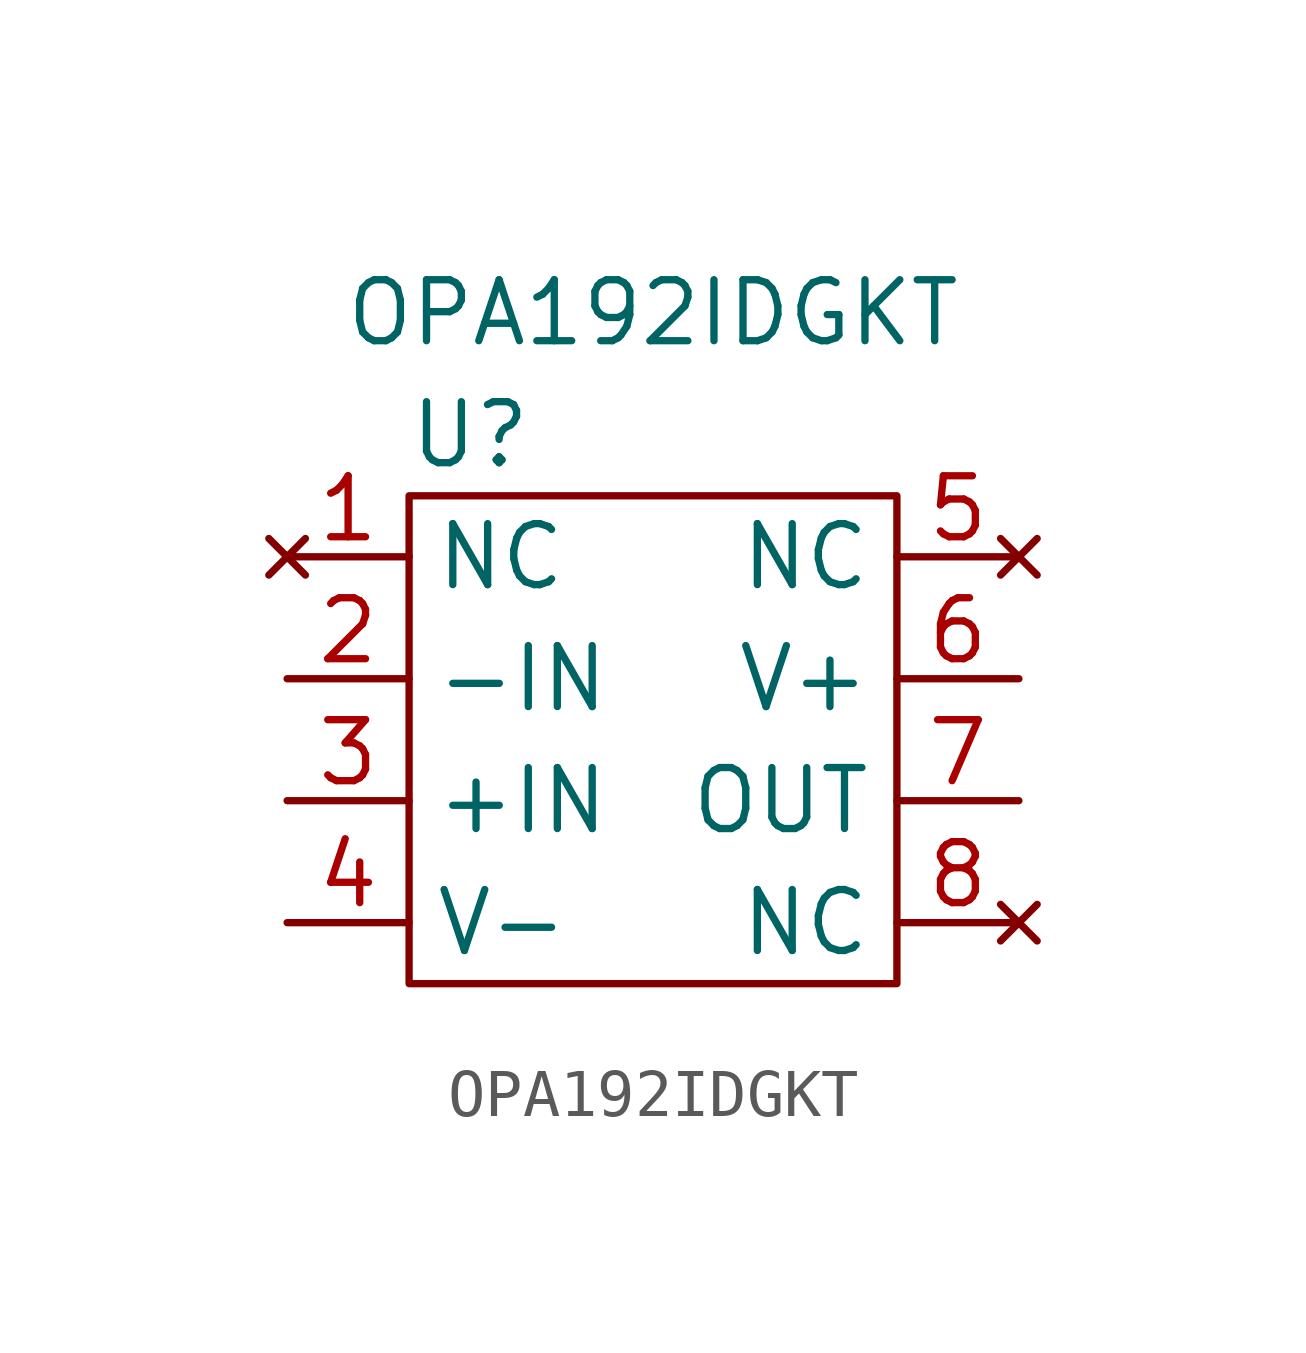
<source format=kicad_sym>
(kicad_symbol_lib
  (version 20220914)
  (generator kicad_symbol_editor)
  (symbol "OPA192IDGKT"
    (property "Reference" "U"
      (at -2.54 -1.27 0)
      (effects (font (size 1.27 1.27))))
    (property "Value" "OPA192IDGKT"
      (at 1.27 1.27 0)
      (effects (font (size 1.27 1.27))))
    (symbol "OPA192IDGKT_0_1"
      (rectangle (start -3.81 -2.54) (end 6.35 -12.7) (stroke (width 0) (type default)) (fill (type none))))
    (symbol "OPA192IDGKT_1_1"
      (pin no_connect line (at -6.35 -3.81 0) (length 2.54) (name "NC" (effects (font (size 1.27 1.27)))) (number "1" (effects (font (size 1.27 1.27)))))
      (pin input line (at -6.35 -6.35 0) (length 2.54) (name "-IN" (effects (font (size 1.27 1.27)))) (number "2" (effects (font (size 1.27 1.27)))))
      (pin input line (at -6.35 -8.89 0) (length 2.54) (name "+IN" (effects (font (size 1.27 1.27)))) (number "3" (effects (font (size 1.27 1.27)))))
      (pin input line (at -6.35 -11.43 0) (length 2.54) (name "V-" (effects (font (size 1.27 1.27)))) (number "4" (effects (font (size 1.27 1.27)))))
      (pin no_connect line (at 8.89 -3.81 180) (length 2.54) (name "NC" (effects (font (size 1.27 1.27)))) (number "5" (effects (font (size 1.27 1.27)))))
      (pin input line (at 8.89 -6.35 180) (length 2.54) (name "V+" (effects (font (size 1.27 1.27)))) (number "6" (effects (font (size 1.27 1.27)))))
      (pin output line (at 8.89 -8.89 180) (length 2.54) (name "OUT" (effects (font (size 1.27 1.27)))) (number "7" (effects (font (size 1.27 1.27)))))
      (pin no_connect line (at 8.89 -11.43 180) (length 2.54) (name "NC" (effects (font (size 1.27 1.27)))) (number "8" (effects (font (size 1.27 1.27))))))))
</source>
